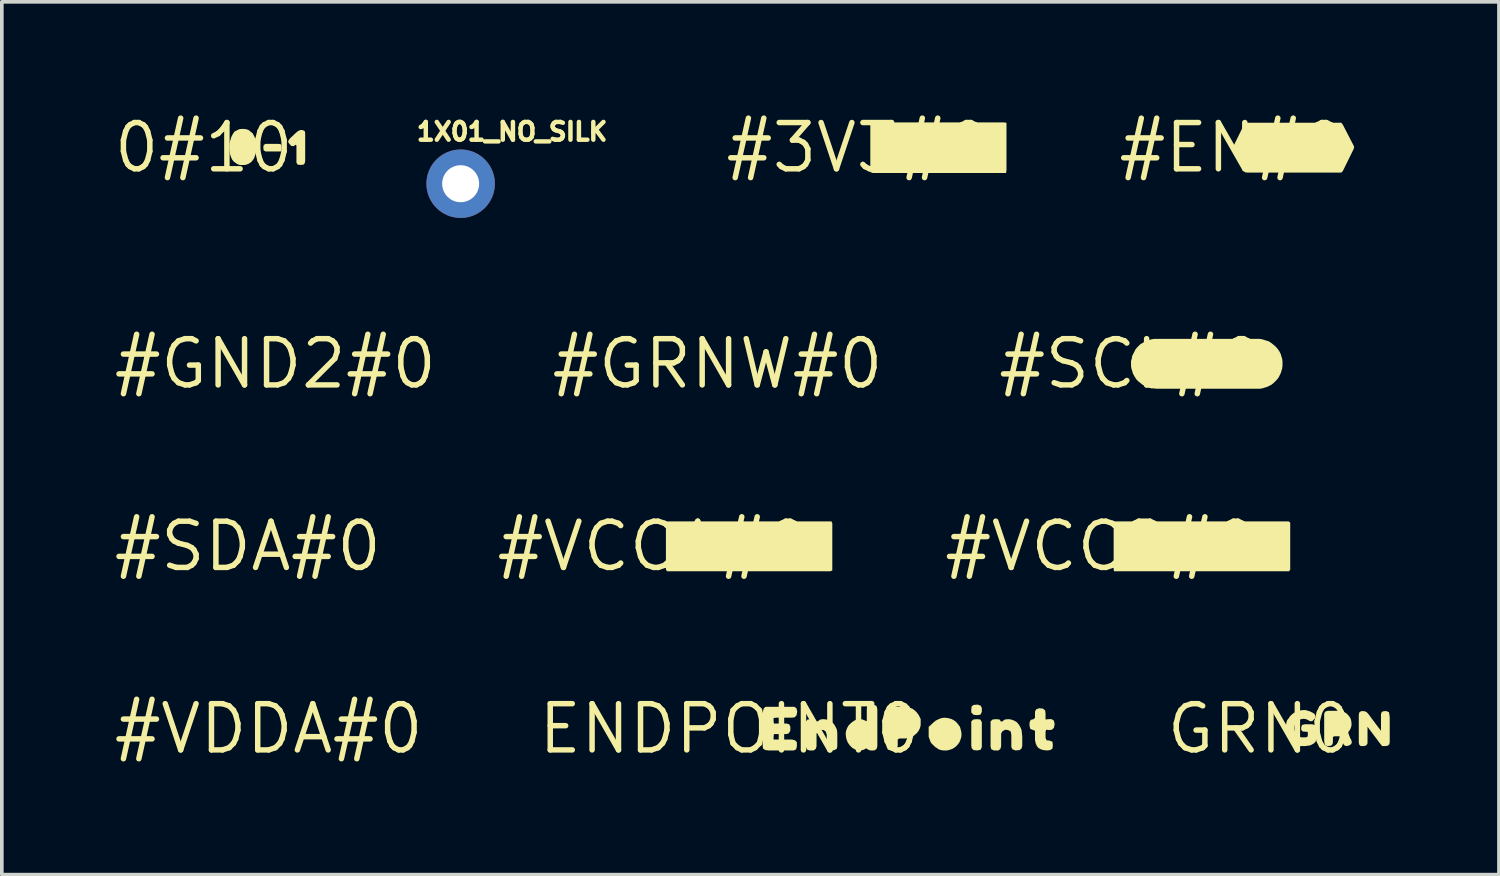
<source format=kicad_pcb>
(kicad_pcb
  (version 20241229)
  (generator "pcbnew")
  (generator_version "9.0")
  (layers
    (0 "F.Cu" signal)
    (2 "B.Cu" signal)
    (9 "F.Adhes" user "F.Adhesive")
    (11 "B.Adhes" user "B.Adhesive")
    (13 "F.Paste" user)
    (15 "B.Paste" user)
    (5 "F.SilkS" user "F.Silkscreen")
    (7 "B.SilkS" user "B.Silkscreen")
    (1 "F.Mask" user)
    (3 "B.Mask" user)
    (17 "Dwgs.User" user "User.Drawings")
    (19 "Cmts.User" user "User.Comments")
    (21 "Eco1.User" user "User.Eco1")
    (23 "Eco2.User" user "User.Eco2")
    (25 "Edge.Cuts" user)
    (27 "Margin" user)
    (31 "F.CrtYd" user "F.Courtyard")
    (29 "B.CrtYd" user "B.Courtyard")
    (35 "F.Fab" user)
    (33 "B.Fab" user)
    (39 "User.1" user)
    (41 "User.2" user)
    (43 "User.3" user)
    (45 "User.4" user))
  (footprint "#EN#0"
    (layer "F.Cu")
    (at 30.807 1.006)
    (property "Reference" "#EN#0" (at 0 0 0) (layer "F.SilkS") (effects (font (size 1.27 1.27) (thickness 0.15))))
    (fp_poly (pts (xy 2.982 -0.685) (xy 3.024 -0.633) (xy 3.335 -0.031) (xy 3.325 0.032) (xy 3.024 0.643) (xy 2.982 0.685) (xy 0.4 0.685) (xy 0.337 0.675) (xy -0.006 0.01) (xy 0.026 -0.052) (xy 0.326 -0.664) (xy 0.389 -0.685)) (stroke (width 0) (type default)) (fill yes) (layer "F.SilkS")))
  (footprint "#VCC1#0"
    (layer "F.Cu")
    (at 14.905 11.955)
    (property "Reference" "#VCC1#0" (at 0 0 0) (layer "F.SilkS") (effects (font (size 1.27 1.27) (thickness 0.15))))
    (fp_poly (pts (xy 4.883 -0.685) (xy 4.905 -0.631) (xy 4.905 0.663) (xy 4.851 0.685) (xy 0.367 0.685) (xy 0.335 0.642) (xy 0.335 -0.652) (xy 0.378 -0.685)) (stroke (width 0) (type default)) (fill yes) (layer "F.SilkS")))
  (footprint "#SDA#0"
    (layer "F.Cu")
    (at 3.757 11.955)
    (property "Reference" "#SDA#0" (at 0 0 0) (layer "F.SilkS") (effects (font (size 1.27 1.27) (thickness 0.15))))
    (fp_poly (pts (xy 1.911 0.235) (xy 1.91 0.24) (xy 1.91 0.235) (xy 1.91 0.235)) (stroke (width 0) (type default)) (fill yes) (layer "F.SilkS")))
  (footprint "ENDPOINT0"
    (layer "F.Cu")
    (at 16.992 16.967)
    (property "Reference" "ENDPOINT0" (at 0 0 0) (layer "F.SilkS") (effects (font (size 1.27 1.27) (thickness 0.15))))
    (fp_poly (pts (xy 6.883 -0.255) (xy 6.925 -0.181) (xy 6.925 0.501) (xy 6.894 0.574) (xy 6.8 0.595) (xy 6.698 0.585) (xy 6.645 0.532) (xy 6.635 0.45) (xy 6.635 -0.202) (xy 6.688 -0.255) (xy 6.79 -0.265)) (stroke (width 0) (type default)) (fill yes) (layer "F.SilkS"))
    (fp_poly (pts (xy 6.894 -0.634) (xy 6.925 -0.571) (xy 6.925 -0.469) (xy 6.894 -0.396) (xy 6.871 -0.385) (xy 6.79 -0.375) (xy 6.698 -0.385) (xy 6.635 -0.448) (xy 6.635 -0.53) (xy 6.645 -0.613) (xy 6.698 -0.655) (xy 6.811 -0.665)) (stroke (width 0) (type default)) (fill yes) (layer "F.SilkS"))
    (fp_poly (pts (xy 4.931 -0.585) (xy 5.012 -0.554) (xy 5.083 -0.504) (xy 5.144 -0.443) (xy 5.194 -0.373) (xy 5.234 -0.292) (xy 5.245 -0.271) (xy 5.245 -0.099) (xy 5.225 -0.018) (xy 5.184 0.063) (xy 5.134 0.124) (xy 5.063 0.184) (xy 4.997 0.222) (xy 4.997 0.223) (xy 4.992 0.225) (xy 4.988 0.227) (xy 4.988 0.226) (xy 4.911 0.255) (xy 4.83 0.265) (xy 4.661 0.265) (xy 4.615 0.293) (xy 4.615 0.461) (xy 4.594 0.543) (xy 4.542 0.585) (xy 4.44 0.595) (xy 4.347 0.574) (xy 4.315 0.511) (xy 4.315 -0.511) (xy 4.346 -0.574) (xy 4.419 -0.605) (xy 4.851 -0.605)) (stroke (width 0) (type default)) (fill yes) (layer "F.SilkS"))
    (fp_poly (pts (xy 5.991 -0.295) (xy 6.072 -0.275) (xy 6.142 -0.244) (xy 6.213 -0.194) (xy 6.274 -0.123) (xy 6.325 -0.052) (xy 6.345 0.019) (xy 6.365 0.109) (xy 6.365 0.201) (xy 6.345 0.281) (xy 6.314 0.362) (xy 6.264 0.433) (xy 6.203 0.494) (xy 6.132 0.544) (xy 6.051 0.575) (xy 5.971 0.595) (xy 5.88 0.595) (xy 5.799 0.585) (xy 5.713 0.553) (xy 5.717 0.544) (xy 5.647 0.504) (xy 5.586 0.444) (xy 5.526 0.383) (xy 5.495 0.302) (xy 5.465 0.221) (xy 5.465 -0.052) (xy 5.597 -0.174) (xy 5.657 -0.224) (xy 5.738 -0.265) (xy 5.819 -0.295) (xy 5.9 -0.305)) (stroke (width 0) (type default)) (fill yes) (layer "F.SilkS"))
    (fp_poly (pts (xy 1.834 -0.563) (xy 1.855 -0.47) (xy 1.835 -0.368) (xy 1.782 -0.315) (xy 1.7 -0.305) (xy 1.28 -0.305) (xy 1.205 -0.296) (xy 1.205 -0.22) (xy 1.214 -0.145) (xy 1.561 -0.145) (xy 1.633 -0.124) (xy 1.665 -0.061) (xy 1.665 0.051) (xy 1.623 0.124) (xy 1.561 0.145) (xy 1.214 0.145) (xy 1.205 0.22) (xy 1.205 0.295) (xy 1.711 0.295) (xy 1.793 0.315) (xy 1.845 0.368) (xy 1.845 0.481) (xy 1.824 0.563) (xy 1.761 0.595) (xy 1.08 0.595) (xy 0.978 0.585) (xy 0.915 0.543) (xy 0.905 0.46) (xy 0.915 -0.481) (xy 0.936 -0.563) (xy 0.988 -0.605) (xy 1.772 -0.605)) (stroke (width 0) (type default)) (fill yes) (layer "F.SilkS"))
    (fp_poly (pts (xy 2.661 -0.255) (xy 2.742 -0.225) (xy 2.813 -0.184) (xy 2.874 -0.113) (xy 2.914 -0.042) (xy 2.945 0.029) (xy 2.955 0.12) (xy 2.955 0.47) (xy 2.945 0.543) (xy 2.882 0.585) (xy 2.779 0.595) (xy 2.696 0.564) (xy 2.665 0.501) (xy 2.665 0.161) (xy 2.636 0.073) (xy 2.578 0.035) (xy 2.501 0.025) (xy 2.424 0.064) (xy 2.385 0.131) (xy 2.385 0.481) (xy 2.364 0.553) (xy 2.302 0.595) (xy 2.189 0.595) (xy 2.116 0.564) (xy 2.095 0.491) (xy 2.095 -0.202) (xy 2.137 -0.255) (xy 2.24 -0.265) (xy 2.343 -0.255) (xy 2.382 -0.196) (xy 2.418 -0.205) (xy 2.488 -0.255) (xy 2.57 -0.265)) (stroke (width 0) (type default)) (fill yes) (layer "F.SilkS"))
    (fp_poly (pts (xy 4.034 -0.623) (xy 4.055 -0.541) (xy 4.055 0.481) (xy 4.034 0.553) (xy 3.972 0.595) (xy 3.859 0.595) (xy 3.787 0.564) (xy 3.75 0.536) (xy 3.682 0.575) (xy 3.601 0.595) (xy 3.519 0.595) (xy 3.438 0.565) (xy 3.367 0.524) (xy 3.296 0.453) (xy 3.246 0.382) (xy 3.215 0.312) (xy 3.195 0.231) (xy 3.185 0.14) (xy 3.195 0.059) (xy 3.225 -0.022) (xy 3.266 -0.093) (xy 3.337 -0.164) (xy 3.407 -0.214) (xy 3.478 -0.255) (xy 3.56 -0.265) (xy 3.651 -0.255) (xy 3.722 -0.225) (xy 3.765 -0.207) (xy 3.765 -0.54) (xy 3.775 -0.621) (xy 3.787 -0.644) (xy 3.869 -0.665) (xy 3.961 -0.665)) (stroke (width 0) (type default)) (fill yes) (layer "F.SilkS"))
    (fp_poly (pts (xy 7.731 -0.255) (xy 7.812 -0.225) (xy 7.883 -0.184) (xy 7.944 -0.113) (xy 7.984 -0.042) (xy 8.015 0.029) (xy 8.025 0.119) (xy 8.035 0.21) (xy 8.035 0.471) (xy 8.014 0.543) (xy 7.962 0.585) (xy 7.849 0.595) (xy 7.766 0.564) (xy 7.735 0.501) (xy 7.735 0.161) (xy 7.716 0.073) (xy 7.648 0.035) (xy 7.571 0.025) (xy 7.494 0.064) (xy 7.455 0.131) (xy 7.455 0.481) (xy 7.434 0.553) (xy 7.382 0.595) (xy 7.259 0.595) (xy 7.186 0.564) (xy 7.165 0.491) (xy 7.165 -0.202) (xy 7.218 -0.255) (xy 7.32 -0.265) (xy 7.413 -0.255) (xy 7.452 -0.196) (xy 7.488 -0.205) (xy 7.558 -0.255) (xy 7.65 -0.265)) (stroke (width 0) (type default)) (fill yes) (layer "F.SilkS"))
    (fp_poly (pts (xy 8.602 -0.555) (xy 8.665 -0.503) (xy 8.675 -0.42) (xy 8.675 -0.256) (xy 8.76 -0.265) (xy 8.842 -0.265) (xy 8.904 -0.223) (xy 8.925 -0.13) (xy 8.905 -0.028) (xy 8.852 0.025) (xy 8.77 0.035) (xy 8.693 0.025) (xy 8.675 0.081) (xy 8.675 0.249) (xy 8.703 0.315) (xy 8.791 0.325) (xy 8.865 0.357) (xy 8.875 0.45) (xy 8.865 0.543) (xy 8.802 0.585) (xy 8.72 0.595) (xy 8.619 0.585) (xy 8.548 0.565) (xy 8.477 0.524) (xy 8.436 0.473) (xy 8.405 0.402) (xy 8.385 0.311) (xy 8.385 0.053) (xy 8.256 0.004) (xy 8.235 -0.079) (xy 8.235 -0.171) (xy 8.266 -0.244) (xy 8.347 -0.265) (xy 8.385 -0.302) (xy 8.385 -0.471) (xy 8.416 -0.534) (xy 8.499 -0.565)) (stroke (width 0) (type default)) (fill yes) (layer "F.SilkS")))
  (footprint "#GND2#0"
    (layer "F.Cu")
    (at 4.513 6.942)
    (property "Reference" "#GND2#0" (at 0 0 0) (layer "F.SilkS") (effects (font (size 1.27 1.27) (thickness 0.15))))
    (fp_poly (pts (xy 3.082 0.236) (xy 3.08 0.24) (xy 3.08 0.235) (xy 3.081 0.235)) (stroke (width 0) (type default)) (fill yes) (layer "F.SilkS")))
  (footprint "1X01_NO_SILK"
    (layer "F.Cu")
    (at 9.602 1.996)
    (property "Reference" "1X01_NO_SILK" (at -1.27 -1.143 0) (layer "F.SilkS") (effects (font (size 0.488 0.488) (thickness 0.122)) (justify left bottom)))
    (fp_poly (pts (xy -0.254 0.254) (xy 0.254 0.254) (xy 0.254 -0.254) (xy -0.254 -0.254)) (stroke (width 0.1) (type default)) (fill no) (layer "F.Fab"))
    (pad "1" thru_hole circle (at 0 0 90) (size 1.88 1.88) (drill 1.016) (layers "*.Cu" "*.Mask")))
  (footprint "#GRNW#0"
    (layer "F.Cu")
    (at 16.659 6.942)
    (property "Reference" "#GRNW#0" (at 0 0 0) (layer "F.SilkS") (effects (font (size 1.27 1.27) (thickness 0.15))))
    (fp_poly (pts (xy 2.024 -0.032) (xy 2.02 -0.03) (xy 2.02 -0.035) (xy 2.023 -0.035)) (stroke (width 0) (type default)) (fill yes) (layer "F.SilkS")))
  (footprint "GRN0"
    (layer "F.Cu")
    (at 31.555 16.967)
    (property "Reference" "GRN0" (at 0 0 0) (layer "F.SilkS") (effects (font (size 1.27 1.27) (thickness 0.15))))
    (fp_poly (pts (xy 2.923 -0.464) (xy 2.974 -0.413) (xy 3.174 -0.143) (xy 3.325 0.055) (xy 3.325 -0.401) (xy 3.346 -0.464) (xy 3.409 -0.485) (xy 3.481 -0.485) (xy 3.545 -0.453) (xy 3.555 -0.391) (xy 3.565 -0.32) (xy 3.565 0.36) (xy 3.555 0.422) (xy 3.512 0.465) (xy 3.43 0.475) (xy 3.358 0.475) (xy 3.306 0.413) (xy 2.955 -0.055) (xy 2.955 0.401) (xy 2.923 0.454) (xy 2.861 0.475) (xy 2.768 0.475) (xy 2.725 0.432) (xy 2.715 0.37) (xy 2.715 -0.37) (xy 2.725 -0.443) (xy 2.778 -0.485) (xy 2.861 -0.485)) (stroke (width 0) (type default)) (fill yes) (layer "F.SilkS"))
    (fp_poly (pts (xy 2.211 -0.485) (xy 2.282 -0.475) (xy 2.343 -0.444) (xy 2.408 -0.401) (xy 2.402 -0.395) (xy 2.444 -0.353) (xy 2.485 -0.292) (xy 2.505 -0.231) (xy 2.515 -0.16) (xy 2.515 -0.089) (xy 2.495 -0.018) (xy 2.464 0.043) (xy 2.425 0.091) (xy 2.435 0.139) (xy 2.484 0.268) (xy 2.505 0.298) (xy 2.525 0.37) (xy 2.504 0.423) (xy 2.432 0.465) (xy 2.359 0.475) (xy 2.306 0.443) (xy 2.236 0.282) (xy 2.187 0.205) (xy 2.051 0.205) (xy 2.005 0.223) (xy 2.005 0.36) (xy 1.995 0.422) (xy 1.952 0.465) (xy 1.87 0.475) (xy 1.796 0.454) (xy 1.775 0.401) (xy 1.765 0.33) (xy 1.765 -0.421) (xy 1.797 -0.474) (xy 1.869 -0.495) (xy 2.15 -0.495)) (stroke (width 0) (type default)) (fill yes) (layer "F.SilkS"))
    (fp_poly (pts (xy 1.321 -0.495) (xy 1.382 -0.475) (xy 1.443 -0.444) (xy 1.504 -0.403) (xy 1.525 -0.34) (xy 1.504 -0.277) (xy 1.442 -0.215) (xy 1.389 -0.205) (xy 1.268 -0.265) (xy 1.2 -0.275) (xy 1.131 -0.265) (xy 1.072 -0.245) (xy 1.013 -0.206) (xy 0.975 -0.158) (xy 0.955 -0.089) (xy 0.945 -0.02) (xy 0.955 0.049) (xy 0.974 0.108) (xy 1.014 0.156) (xy 1.073 0.206) (xy 1.131 0.235) (xy 1.269 0.235) (xy 1.315 0.207) (xy 1.315 0.085) (xy 1.178 0.075) (xy 1.135 0.032) (xy 1.135 -0.041) (xy 1.156 -0.104) (xy 1.229 -0.125) (xy 1.431 -0.125) (xy 1.502 -0.105) (xy 1.545 -0.073) (xy 1.555 -0.000355) (xy 1.555 0.281) (xy 1.534 0.342) (xy 1.493 0.394) (xy 1.442 0.424) (xy 1.382 0.455) (xy 1.311 0.465) (xy 1.24 0.475) (xy 1.099 0.475) (xy 1.028 0.455) (xy 0.967 0.424) (xy 0.917 0.384) (xy 0.857 0.344) (xy 0.816 0.293) (xy 0.776 0.233) (xy 0.745 0.172) (xy 0.725 0.111) (xy 0.715 0.041) (xy 0.705 -0.03) (xy 0.715 -0.101) (xy 0.725 -0.161) (xy 0.745 -0.232) (xy 0.786 -0.283) (xy 0.826 -0.343) (xy 0.877 -0.394) (xy 0.927 -0.434) (xy 1.048 -0.495) (xy 1.119 -0.505) (xy 1.18 -0.515) (xy 1.251 -0.515)) (stroke (width 0) (type default)) (fill yes) (layer "F.SilkS")))
  (footprint "#3V3#0"
    (layer "F.Cu")
    (at 20.529 1.006)
    (property "Reference" "#3V3#0" (at 0 0 0) (layer "F.SilkS") (effects (font (size 1.27 1.27) (thickness 0.15))))
    (fp_poly (pts (xy 3.991 -0.695) (xy 4.065 -0.683) (xy 4.065 0.621) (xy 4.053 0.695) (xy 0.387 0.695) (xy 0.325 0.67) (xy 0.325 -0.633) (xy 0.35 -0.695)) (stroke (width 0) (type default)) (fill yes) (layer "F.SilkS")))
  (footprint "#SCL#0"
    (layer "F.Cu")
    (at 28.02 6.942)
    (property "Reference" "#SCL#0" (at 0 0 0) (layer "F.SilkS") (effects (font (size 1.27 1.27) (thickness 0.15))))
    (fp_poly (pts (xy 3.52 -0.685) (xy 3.591 -0.675) (xy 3.651 -0.655) (xy 3.721 -0.635) (xy 3.782 -0.615) (xy 3.843 -0.574) (xy 3.893 -0.534) (xy 3.943 -0.494) (xy 3.994 -0.443) (xy 4.034 -0.393) (xy 4.074 -0.333) (xy 4.105 -0.272) (xy 4.125 -0.201) (xy 4.145 -0.141) (xy 4.155 -0.07) (xy 4.155 0.06) (xy 4.145 0.131) (xy 4.125 0.201) (xy 4.105 0.262) (xy 4.044 0.383) (xy 4.004 0.433) (xy 3.954 0.484) (xy 3.903 0.534) (xy 3.853 0.574) (xy 3.732 0.635) (xy 3.661 0.655) (xy 3.601 0.675) (xy 3.53 0.685) (xy 0.69 0.685) (xy 0.62 0.675) (xy 0.549 0.675) (xy 0.489 0.655) (xy 0.418 0.635) (xy 0.357 0.604) (xy 0.297 0.564) (xy 0.247 0.524) (xy 0.197 0.484) (xy 0.146 0.433) (xy 0.106 0.373) (xy 0.076 0.322) (xy 0.045 0.262) (xy 0.025 0.191) (xy 0.005 0.131) (xy -0.005 0.06) (xy -0.005 -0.081) (xy 0.015 -0.141) (xy 0.025 -0.212) (xy 0.116 -0.393) (xy 0.156 -0.443) (xy 0.206 -0.494) (xy 0.257 -0.544) (xy 0.317 -0.574) (xy 0.378 -0.615) (xy 0.438 -0.635) (xy 0.499 -0.655) (xy 0.569 -0.675) (xy 0.64 -0.685)) (stroke (width 0) (type default)) (fill yes) (layer "F.SilkS")))
  (footprint "#VDDA#0"
    (layer "F.Cu")
    (at 4.331 16.967)
    (property "Reference" "#VDDA#0" (at 0 0 0) (layer "F.SilkS") (effects (font (size 1.27 1.27) (thickness 0.15))))
    (fp_poly (pts (xy 3.222 0.235) (xy 3.22 0.24) (xy 3.22 0.235) (xy 3.221 0.235)) (stroke (width 0) (type default)) (fill yes) (layer "F.SilkS")))
  (footprint "#VCC2#0"
    (layer "F.Cu")
    (at 27.202 11.955)
    (property "Reference" "#VCC2#0" (at 0 0 0) (layer "F.SilkS") (effects (font (size 1.27 1.27) (thickness 0.15))))
    (fp_poly (pts (xy 5.142 -0.685) (xy 5.185 -0.652) (xy 5.185 0.642) (xy 5.152 0.685) (xy 0.346 0.685) (xy 0.335 0.62) (xy 0.335 -0.674) (xy 0.39 -0.685)) (stroke (width 0) (type default)) (fill yes) (layer "F.SilkS")))
  (footprint "0#10"
    (layer "F.Cu")
    (at 2.547 1.006)
    (property "Reference" "0#10" (at 0 0 0) (layer "F.SilkS") (effects (font (size 1.27 1.27) (thickness 0.15))))
    (fp_poly (pts (xy 2.114 -0.095) (xy 2.135 -0.031) (xy 2.135 0.041) (xy 2.114 0.105) (xy 1.699 0.105) (xy 1.645 0.073) (xy 1.635 0) (xy 1.645 -0.073) (xy 1.699 -0.105) (xy 2.04 -0.105)) (stroke (width 0) (type default)) (fill yes) (layer "F.SilkS"))
    (fp_poly (pts (xy 2.775 -0.453) (xy 2.785 -0.39) (xy 2.785 0.36) (xy 2.775 0.422) (xy 2.743 0.465) (xy 2.66 0.475) (xy 2.577 0.465) (xy 2.545 0.411) (xy 2.545 -0.058) (xy 2.529 -0.083) (xy 2.472 -0.045) (xy 2.408 -0.045) (xy 2.356 -0.097) (xy 2.314 -0.159) (xy 2.336 -0.213) (xy 2.386 -0.273) (xy 2.537 -0.414) (xy 2.587 -0.454) (xy 2.649 -0.485) (xy 2.711 -0.485)) (stroke (width 0) (type default)) (fill yes) (layer "F.SilkS"))
    (fp_poly (pts (xy 1.171 -0.505) (xy 1.232 -0.484) (xy 1.293 -0.434) (xy 1.344 -0.393) (xy 1.405 -0.272) (xy 1.414 -0.204) (xy 1.424 -0.206) (xy 1.435 -0.13) (xy 1.435 -0.07) (xy 1.445 0.01) (xy 1.435 0.081) (xy 1.425 0.151) (xy 1.405 0.221) (xy 1.385 0.282) (xy 1.354 0.333) (xy 1.314 0.384) (xy 1.263 0.424) (xy 1.202 0.455) (xy 1.131 0.475) (xy 0.989 0.475) (xy 0.928 0.455) (xy 0.867 0.414) (xy 0.816 0.374) (xy 0.776 0.323) (xy 0.745 0.252) (xy 0.725 0.191) (xy 0.715 0.131) (xy 0.705 0.06) (xy 0.705 -0.09) (xy 0.715 -0.161) (xy 0.735 -0.221) (xy 0.755 -0.292) (xy 0.786 -0.352) (xy 0.816 -0.403) (xy 0.847 -0.444) (xy 0.968 -0.505) (xy 1.03 -0.515) (xy 1.11 -0.515)) (stroke (width 0) (type default)) (fill yes) (layer "F.SilkS")))
  (gr_rect
    (start -3 -3)
    (end 38.12 20.973)
    (stroke (width 0.1) (type default))
    (fill no)
    (layer "Edge.Cuts")))
</source>
